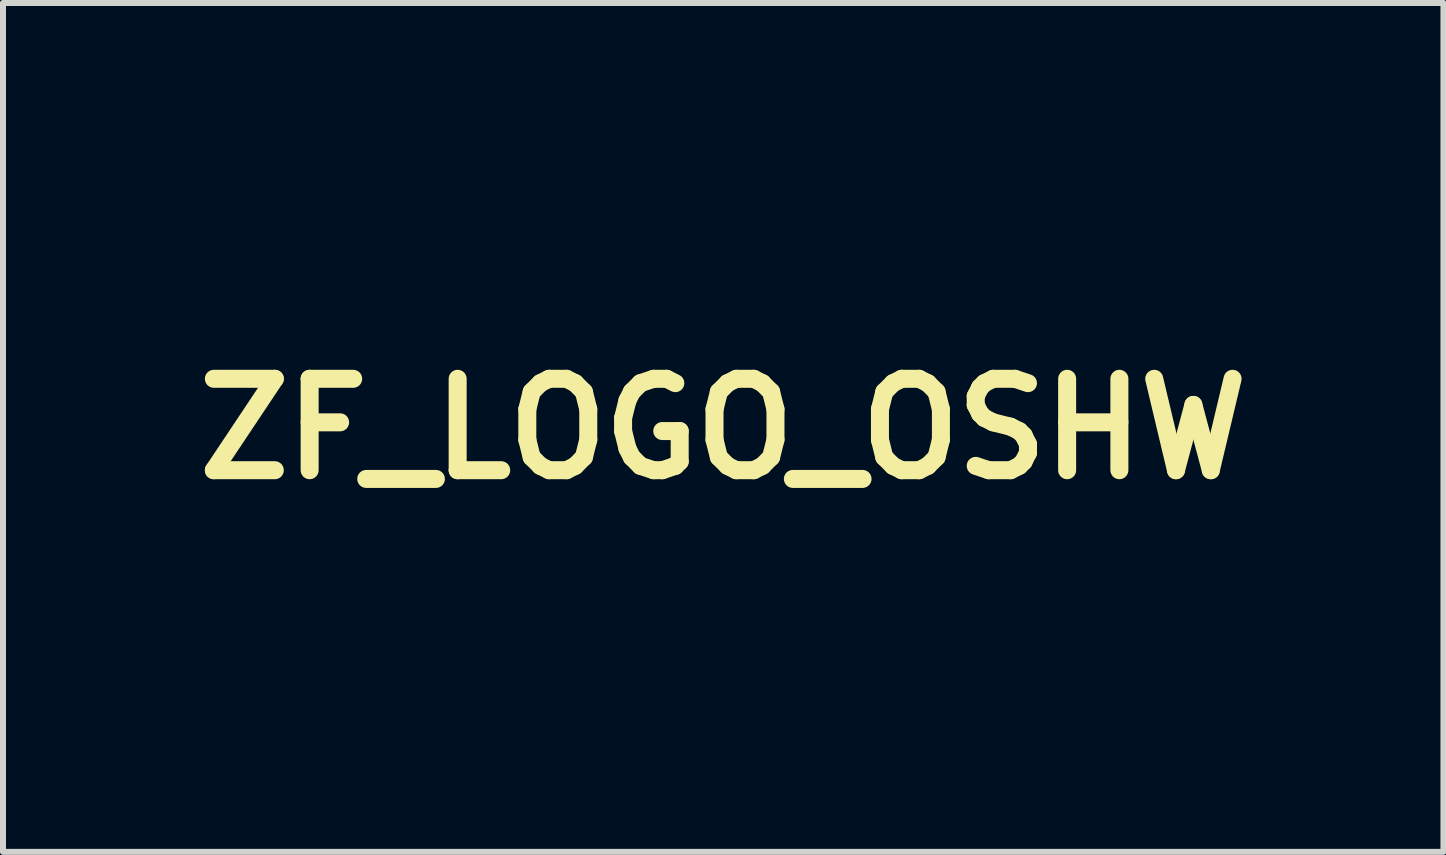
<source format=kicad_pcb>
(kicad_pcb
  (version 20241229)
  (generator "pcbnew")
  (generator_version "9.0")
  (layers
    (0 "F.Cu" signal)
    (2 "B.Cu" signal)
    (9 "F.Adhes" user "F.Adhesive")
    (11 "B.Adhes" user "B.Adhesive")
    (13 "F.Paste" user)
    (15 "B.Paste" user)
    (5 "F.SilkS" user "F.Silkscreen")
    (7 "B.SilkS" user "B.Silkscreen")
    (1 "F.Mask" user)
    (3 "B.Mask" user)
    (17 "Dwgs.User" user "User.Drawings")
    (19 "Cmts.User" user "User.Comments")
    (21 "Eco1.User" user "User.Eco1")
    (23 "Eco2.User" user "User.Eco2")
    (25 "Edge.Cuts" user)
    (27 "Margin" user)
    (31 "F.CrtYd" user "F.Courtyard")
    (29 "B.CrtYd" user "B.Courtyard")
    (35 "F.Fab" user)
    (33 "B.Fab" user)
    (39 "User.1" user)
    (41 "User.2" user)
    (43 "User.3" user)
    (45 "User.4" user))
  (footprint "ZF_LOGO_OSHW"
    (layer "F.Cu")
    (at 9.006 4.099)
    (property "Reference" "ZF_LOGO_OSHW" (at 0 0 0) (layer "F.SilkS") (effects (font (size 1.524 1.524) (thickness 0.3))))
    (attr smd)
    (fp_poly (pts (xy -1.352 3.211) (xy -1.318 3.23) (xy -1.317 3.233) (xy -1.297 3.249) (xy -1.253 3.233) (xy -1.166 3.207) (xy -1.074 3.21) (xy -1.006 3.238) (xy -0.976 3.264) (xy -0.976 3.293) (xy -1.004 3.339) (xy -1.042 3.384) (xy -1.088 3.398) (xy -1.141 3.393) (xy -1.206 3.387) (xy -1.252 3.396) (xy -1.283 3.426) (xy -1.302 3.485) (xy -1.314 3.581) (xy -1.322 3.719) (xy -1.322 3.73) (xy -1.335 4.03) (xy -1.417 4.038) (xy -1.5 4.046) (xy -1.5 3.204) (xy -1.413 3.204) (xy -1.352 3.211)) (stroke (width 0.01) (type solid)) (fill yes) (layer "F.Mask"))
    (fp_poly (pts (xy 2.086 1.94) (xy 2.11 1.966) (xy 2.11 1.972) (xy 2.115 1.997) (xy 2.138 1.991) (xy 2.167 1.972) (xy 2.245 1.941) (xy 2.34 1.934) (xy 2.426 1.953) (xy 2.455 1.968) (xy 2.486 1.995) (xy 2.486 2.019) (xy 2.453 2.059) (xy 2.443 2.07) (xy 2.388 2.116) (xy 2.331 2.125) (xy 2.299 2.121) (xy 2.226 2.119) (xy 2.17 2.153) (xy 2.164 2.159) (xy 2.14 2.187) (xy 2.124 2.224) (xy 2.115 2.279) (xy 2.111 2.363) (xy 2.11 2.487) (xy 2.11 2.492) (xy 2.11 2.771) (xy 1.932 2.771) (xy 1.932 1.932) (xy 2.021 1.932) (xy 2.086 1.94)) (stroke (width 0.01) (type solid)) (fill yes) (layer "F.Mask"))
    (fp_poly (pts (xy 1.885 3.213) (xy 1.907 3.24) (xy 1.907 3.24) (xy 1.913 3.263) (xy 1.94 3.258) (xy 1.977 3.24) (xy 2.074 3.209) (xy 2.174 3.209) (xy 2.252 3.24) (xy 2.283 3.266) (xy 2.283 3.291) (xy 2.249 3.331) (xy 2.241 3.339) (xy 2.183 3.385) (xy 2.118 3.393) (xy 2.101 3.39) (xy 2.016 3.395) (xy 1.97 3.416) (xy 1.948 3.438) (xy 1.933 3.471) (xy 1.923 3.525) (xy 1.916 3.61) (xy 1.911 3.735) (xy 1.911 3.748) (xy 1.903 4.043) (xy 1.833 4.043) (xy 1.775 4.037) (xy 1.746 4.026) (xy 1.74 3.996) (xy 1.735 3.924) (xy 1.731 3.819) (xy 1.729 3.691) (xy 1.729 3.606) (xy 1.729 3.204) (xy 1.818 3.204) (xy 1.885 3.213)) (stroke (width 0.01) (type solid)) (fill yes) (layer "F.Mask"))
    (fp_poly (pts (xy 1.297 2.212) (xy 1.298 2.338) (xy 1.302 2.424) (xy 1.311 2.48) (xy 1.326 2.516) (xy 1.348 2.543) (xy 1.403 2.581) (xy 1.449 2.593) (xy 1.505 2.576) (xy 1.551 2.543) (xy 1.574 2.514) (xy 1.588 2.476) (xy 1.597 2.419) (xy 1.601 2.33) (xy 1.602 2.212) (xy 1.602 1.932) (xy 1.781 1.932) (xy 1.774 2.345) (xy 1.767 2.759) (xy 1.684 2.767) (xy 1.625 2.766) (xy 1.603 2.744) (xy 1.602 2.734) (xy 1.597 2.709) (xy 1.573 2.71) (xy 1.527 2.733) (xy 1.411 2.768) (xy 1.296 2.752) (xy 1.284 2.747) (xy 1.229 2.713) (xy 1.182 2.67) (xy 1.161 2.641) (xy 1.146 2.603) (xy 1.136 2.545) (xy 1.129 2.46) (xy 1.125 2.336) (xy 1.123 2.273) (xy 1.115 1.932) (xy 1.297 1.932) (xy 1.297 2.212)) (stroke (width 0.01) (type solid)) (fill yes) (layer "F.Mask"))
    (fp_poly (pts (xy 2.934 1.947) (xy 3.026 1.99) (xy 3.092 2.04) (xy 3.115 2.079) (xy 3.096 2.116) (xy 3.063 2.143) (xy 3.014 2.173) (xy 2.977 2.171) (xy 2.944 2.15) (xy 2.857 2.114) (xy 2.775 2.122) (xy 2.706 2.17) (xy 2.66 2.251) (xy 2.644 2.352) (xy 2.662 2.459) (xy 2.71 2.538) (xy 2.78 2.583) (xy 2.862 2.589) (xy 2.944 2.554) (xy 2.988 2.529) (xy 3.025 2.536) (xy 3.063 2.56) (xy 3.108 2.602) (xy 3.111 2.639) (xy 3.071 2.683) (xy 3.046 2.703) (xy 2.946 2.749) (xy 2.828 2.764) (xy 2.711 2.746) (xy 2.67 2.728) (xy 2.564 2.649) (xy 2.497 2.541) (xy 2.468 2.401) (xy 2.466 2.354) (xy 2.48 2.209) (xy 2.513 2.112) (xy 2.589 2.019) (xy 2.694 1.959) (xy 2.813 1.934) (xy 2.934 1.947)) (stroke (width 0.01) (type solid)) (fill yes) (layer "F.Mask"))
    (fp_poly (pts (xy -1.068 1.949) (xy -0.972 2.005) (xy -0.935 2.043) (xy -0.916 2.074) (xy -0.904 2.118) (xy -0.896 2.186) (xy -0.892 2.285) (xy -0.89 2.426) (xy -0.89 2.436) (xy -0.89 2.775) (xy -0.973 2.767) (xy -1.055 2.759) (xy -1.062 2.48) (xy -1.07 2.331) (xy -1.084 2.227) (xy -1.108 2.16) (xy -1.143 2.123) (xy -1.194 2.111) (xy -1.205 2.111) (xy -1.257 2.115) (xy -1.293 2.133) (xy -1.317 2.172) (xy -1.332 2.24) (xy -1.342 2.345) (xy -1.348 2.459) (xy -1.36 2.759) (xy -1.443 2.767) (xy -1.511 2.762) (xy -1.539 2.74) (xy -1.543 2.704) (xy -1.546 2.626) (xy -1.547 2.517) (xy -1.546 2.388) (xy -1.545 2.325) (xy -1.538 1.945) (xy -1.467 1.937) (xy -1.402 1.94) (xy -1.36 1.958) (xy -1.314 1.973) (xy -1.275 1.96) (xy -1.174 1.932) (xy -1.068 1.949)) (stroke (width 0.01) (type solid)) (fill yes) (layer "F.Mask"))
    (fp_poly (pts (xy -3.474 1.941) (xy -3.368 1.98) (xy -3.282 2.055) (xy -3.268 2.075) (xy -3.228 2.171) (xy -3.209 2.295) (xy -3.212 2.426) (xy -3.237 2.545) (xy -3.248 2.572) (xy -3.319 2.678) (xy -3.418 2.745) (xy -3.534 2.769) (xy -3.66 2.749) (xy -3.712 2.727) (xy -3.79 2.668) (xy -3.846 2.593) (xy -3.877 2.493) (xy -3.889 2.367) (xy -3.887 2.323) (xy -3.71 2.323) (xy -3.707 2.371) (xy -3.685 2.489) (xy -3.643 2.564) (xy -3.582 2.595) (xy -3.506 2.579) (xy -3.465 2.555) (xy -3.416 2.493) (xy -3.39 2.403) (xy -3.388 2.303) (xy -3.41 2.209) (xy -3.449 2.148) (xy -3.515 2.114) (xy -3.593 2.12) (xy -3.664 2.164) (xy -3.694 2.203) (xy -3.709 2.25) (xy -3.71 2.323) (xy -3.887 2.323) (xy -3.882 2.238) (xy -3.856 2.128) (xy -3.853 2.123) (xy -3.789 2.028) (xy -3.697 1.966) (xy -3.588 1.936) (xy -3.474 1.941)) (stroke (width 0.01) (type solid)) (fill yes) (layer "F.Mask"))
    (fp_poly (pts (xy 0.778 1.957) (xy 0.879 2.013) (xy 0.899 2.032) (xy 0.94 2.076) (xy 0.964 2.12) (xy 0.978 2.179) (xy 0.985 2.267) (xy 0.988 2.31) (xy 0.986 2.459) (xy 0.963 2.57) (xy 0.915 2.653) (xy 0.838 2.718) (xy 0.831 2.722) (xy 0.727 2.76) (xy 0.61 2.767) (xy 0.521 2.747) (xy 0.469 2.714) (xy 0.412 2.663) (xy 0.409 2.66) (xy 0.356 2.571) (xy 0.326 2.453) (xy 0.32 2.354) (xy 0.509 2.354) (xy 0.511 2.446) (xy 0.522 2.503) (xy 0.545 2.538) (xy 0.565 2.554) (xy 0.646 2.59) (xy 0.719 2.577) (xy 0.763 2.543) (xy 0.796 2.494) (xy 0.811 2.422) (xy 0.814 2.352) (xy 0.799 2.233) (xy 0.757 2.153) (xy 0.69 2.114) (xy 0.657 2.11) (xy 0.584 2.127) (xy 0.536 2.179) (xy 0.513 2.272) (xy 0.509 2.354) (xy 0.32 2.354) (xy 0.318 2.321) (xy 0.335 2.191) (xy 0.376 2.081) (xy 0.377 2.079) (xy 0.451 1.998) (xy 0.551 1.95) (xy 0.664 1.936) (xy 0.778 1.957)) (stroke (width 0.01) (type solid)) (fill yes) (layer "F.Mask"))
    (fp_poly (pts (xy -0.311 3.452) (xy -0.318 4.03) (xy -0.4 4.038) (xy -0.461 4.036) (xy -0.483 4.014) (xy -0.483 4.008) (xy -0.489 3.984) (xy -0.515 3.987) (xy -0.553 4.006) (xy -0.669 4.039) (xy -0.789 4.023) (xy -0.807 4.016) (xy -0.858 3.98) (xy -0.91 3.92) (xy -0.916 3.91) (xy -0.942 3.862) (xy -0.956 3.809) (xy -0.963 3.737) (xy -0.962 3.632) (xy -0.962 3.629) (xy -0.788 3.629) (xy -0.774 3.74) (xy -0.734 3.819) (xy -0.676 3.86) (xy -0.604 3.86) (xy -0.548 3.83) (xy -0.513 3.783) (xy -0.494 3.696) (xy -0.491 3.659) (xy -0.493 3.531) (xy -0.523 3.445) (xy -0.581 3.397) (xy -0.627 3.387) (xy -0.705 3.398) (xy -0.757 3.452) (xy -0.784 3.549) (xy -0.788 3.629) (xy -0.962 3.629) (xy -0.961 3.589) (xy -0.957 3.477) (xy -0.95 3.404) (xy -0.937 3.355) (xy -0.914 3.32) (xy -0.877 3.284) (xy -0.87 3.278) (xy -0.774 3.22) (xy -0.669 3.203) (xy -0.569 3.226) (xy -0.54 3.243) (xy -0.483 3.283) (xy -0.483 2.873) (xy -0.304 2.873) (xy -0.311 3.452)) (stroke (width 0.01) (type solid)) (fill yes) (layer "F.Mask"))
    (fp_poly (pts (xy 0.071 1.96) (xy 0.129 1.984) (xy 0.23 2.036) (xy 0.185 2.099) (xy 0.137 2.144) (xy 0.089 2.145) (xy 0.033 2.133) (xy -0.048 2.121) (xy -0.082 2.117) (xy -0.16 2.113) (xy -0.201 2.124) (xy -0.22 2.15) (xy -0.217 2.199) (xy -0.171 2.238) (xy -0.093 2.26) (xy -0.045 2.263) (xy 0.078 2.282) (xy 0.169 2.334) (xy 0.226 2.412) (xy 0.241 2.51) (xy 0.218 2.605) (xy 0.157 2.689) (xy 0.062 2.744) (xy -0.06 2.769) (xy -0.197 2.761) (xy -0.267 2.744) (xy -0.346 2.709) (xy -0.406 2.671) (xy -0.47 2.622) (xy -0.41 2.559) (xy -0.351 2.496) (xy -0.271 2.544) (xy -0.187 2.58) (xy -0.102 2.594) (xy -0.026 2.586) (xy 0.028 2.559) (xy 0.048 2.515) (xy 0.047 2.503) (xy 0.026 2.472) (xy -0.028 2.447) (xy -0.115 2.427) (xy -0.225 2.404) (xy -0.296 2.382) (xy -0.34 2.355) (xy -0.368 2.317) (xy -0.382 2.287) (xy -0.403 2.181) (xy -0.382 2.081) (xy -0.324 2.001) (xy -0.297 1.982) (xy -0.188 1.942) (xy -0.059 1.934) (xy 0.071 1.96)) (stroke (width 0.01) (type solid)) (fill yes) (layer "F.Mask"))
    (fp_poly (pts (xy -1.877 1.958) (xy -1.838 1.975) (xy -1.755 2.04) (xy -1.692 2.14) (xy -1.658 2.261) (xy -1.653 2.32) (xy -1.653 2.415) (xy -1.907 2.415) (xy -2.037 2.418) (xy -2.12 2.428) (xy -2.16 2.447) (xy -2.162 2.478) (xy -2.129 2.523) (xy -2.11 2.543) (xy -2.036 2.584) (xy -1.945 2.59) (xy -1.855 2.561) (xy -1.847 2.555) (xy -1.803 2.532) (xy -1.77 2.541) (xy -1.733 2.576) (xy -1.697 2.619) (xy -1.695 2.647) (xy -1.722 2.676) (xy -1.83 2.741) (xy -1.957 2.768) (xy -2.088 2.754) (xy -2.158 2.728) (xy -2.24 2.661) (xy -2.299 2.559) (xy -2.332 2.435) (xy -2.336 2.3) (xy -2.324 2.243) (xy -2.161 2.243) (xy -2.138 2.254) (xy -2.078 2.261) (xy -2.009 2.263) (xy -1.923 2.261) (xy -1.876 2.252) (xy -1.858 2.233) (xy -1.856 2.217) (xy -1.877 2.158) (xy -1.93 2.12) (xy -1.999 2.107) (xy -2.068 2.123) (xy -2.122 2.167) (xy -2.151 2.216) (xy -2.161 2.243) (xy -2.324 2.243) (xy -2.308 2.166) (xy -2.29 2.118) (xy -2.219 2.016) (xy -2.121 1.953) (xy -2.005 1.933) (xy -1.877 1.958)) (stroke (width 0.01) (type solid)) (fill yes) (layer "F.Mask"))
    (fp_poly (pts (xy 3.614 1.958) (xy 3.65 1.973) (xy 3.734 2.029) (xy 3.79 2.109) (xy 3.822 2.223) (xy 3.83 2.274) (xy 3.846 2.415) (xy 3.588 2.415) (xy 3.458 2.418) (xy 3.374 2.427) (xy 3.332 2.446) (xy 3.329 2.476) (xy 3.361 2.521) (xy 3.382 2.543) (xy 3.455 2.584) (xy 3.547 2.59) (xy 3.636 2.561) (xy 3.645 2.555) (xy 3.689 2.532) (xy 3.722 2.541) (xy 3.759 2.576) (xy 3.795 2.619) (xy 3.797 2.647) (xy 3.77 2.676) (xy 3.662 2.741) (xy 3.535 2.768) (xy 3.404 2.754) (xy 3.334 2.728) (xy 3.252 2.661) (xy 3.193 2.559) (xy 3.16 2.435) (xy 3.156 2.3) (xy 3.168 2.243) (xy 3.331 2.243) (xy 3.354 2.254) (xy 3.414 2.261) (xy 3.483 2.263) (xy 3.569 2.261) (xy 3.616 2.252) (xy 3.634 2.233) (xy 3.636 2.217) (xy 3.615 2.158) (xy 3.562 2.12) (xy 3.493 2.107) (xy 3.424 2.123) (xy 3.37 2.167) (xy 3.341 2.216) (xy 3.331 2.243) (xy 3.168 2.243) (xy 3.184 2.166) (xy 3.202 2.118) (xy 3.273 2.016) (xy 3.371 1.953) (xy 3.487 1.933) (xy 3.614 1.958)) (stroke (width 0.01) (type solid)) (fill yes) (layer "F.Mask"))
    (fp_poly (pts (xy 2.779 3.245) (xy 2.874 3.319) (xy 2.936 3.429) (xy 2.958 3.519) (xy 2.965 3.595) (xy 2.964 3.65) (xy 2.96 3.664) (xy 2.93 3.674) (xy 2.862 3.681) (xy 2.766 3.686) (xy 2.706 3.687) (xy 2.58 3.69) (xy 2.501 3.7) (xy 2.465 3.721) (xy 2.468 3.754) (xy 2.506 3.803) (xy 2.517 3.814) (xy 2.592 3.856) (xy 2.682 3.86) (xy 2.763 3.827) (xy 2.804 3.805) (xy 2.841 3.812) (xy 2.884 3.842) (xy 2.927 3.883) (xy 2.933 3.913) (xy 2.919 3.935) (xy 2.837 3.997) (xy 2.727 4.032) (xy 2.606 4.036) (xy 2.489 4.008) (xy 2.466 3.998) (xy 2.373 3.924) (xy 2.314 3.813) (xy 2.289 3.665) (xy 2.288 3.629) (xy 2.304 3.474) (xy 2.469 3.474) (xy 2.471 3.508) (xy 2.519 3.528) (xy 2.614 3.534) (xy 2.619 3.534) (xy 2.709 3.531) (xy 2.757 3.52) (xy 2.771 3.499) (xy 2.771 3.498) (xy 2.75 3.438) (xy 2.695 3.399) (xy 2.624 3.384) (xy 2.551 3.399) (xy 2.513 3.424) (xy 2.469 3.474) (xy 2.304 3.474) (xy 2.305 3.468) (xy 2.353 3.345) (xy 2.432 3.26) (xy 2.541 3.216) (xy 2.655 3.212) (xy 2.779 3.245)) (stroke (width 0.01) (type solid)) (fill yes) (layer "F.Mask"))
    (fp_poly (pts (xy 1.341 3.214) (xy 1.433 3.239) (xy 1.489 3.27) (xy 1.529 3.315) (xy 1.554 3.382) (xy 1.568 3.477) (xy 1.572 3.611) (xy 1.571 3.726) (xy 1.567 3.854) (xy 1.563 3.941) (xy 1.556 3.993) (xy 1.544 4.022) (xy 1.526 4.034) (xy 1.505 4.038) (xy 1.446 4.035) (xy 1.416 4.022) (xy 1.369 4.011) (xy 1.335 4.019) (xy 1.24 4.038) (xy 1.131 4.032) (xy 1.068 4.014) (xy 0.984 3.957) (xy 0.931 3.87) (xy 0.917 3.788) (xy 1.094 3.788) (xy 1.108 3.835) (xy 1.125 3.848) (xy 1.188 3.861) (xy 1.266 3.861) (xy 1.335 3.85) (xy 1.368 3.834) (xy 1.393 3.785) (xy 1.398 3.745) (xy 1.393 3.709) (xy 1.366 3.692) (xy 1.306 3.687) (xy 1.286 3.687) (xy 1.207 3.69) (xy 1.146 3.699) (xy 1.134 3.702) (xy 1.103 3.736) (xy 1.094 3.788) (xy 0.917 3.788) (xy 0.914 3.768) (xy 0.938 3.667) (xy 0.943 3.657) (xy 0.999 3.601) (xy 1.093 3.559) (xy 1.212 3.537) (xy 1.272 3.534) (xy 1.348 3.533) (xy 1.385 3.523) (xy 1.396 3.499) (xy 1.394 3.464) (xy 1.384 3.422) (xy 1.359 3.4) (xy 1.304 3.39) (xy 1.261 3.386) (xy 1.184 3.387) (xy 1.127 3.396) (xy 1.112 3.404) (xy 1.075 3.41) (xy 1.025 3.389) (xy 0.982 3.353) (xy 0.966 3.316) (xy 0.989 3.272) (xy 1.05 3.237) (xy 1.138 3.215) (xy 1.239 3.206) (xy 1.341 3.214)) (stroke (width 0.01) (type solid)) (fill yes) (layer "F.Mask"))
    (fp_poly (pts (xy -1.926 3.21) (xy -1.824 3.239) (xy -1.742 3.286) (xy -1.695 3.349) (xy -1.69 3.362) (xy -1.685 3.409) (xy -1.682 3.495) (xy -1.682 3.607) (xy -1.683 3.725) (xy -1.687 3.854) (xy -1.691 3.94) (xy -1.698 3.993) (xy -1.71 4.022) (xy -1.728 4.034) (xy -1.749 4.038) (xy -1.809 4.034) (xy -1.839 4.021) (xy -1.888 4.009) (xy -1.908 4.018) (xy -1.967 4.036) (xy -2.051 4.04) (xy -2.136 4.03) (xy -2.177 4.018) (xy -2.244 3.971) (xy -2.303 3.899) (xy -2.336 3.822) (xy -2.339 3.795) (xy -2.332 3.766) (xy -2.16 3.766) (xy -2.146 3.817) (xy -2.131 3.834) (xy -2.082 3.856) (xy -2.008 3.864) (xy -1.93 3.858) (xy -1.896 3.849) (xy -1.865 3.813) (xy -1.856 3.76) (xy -1.86 3.713) (xy -1.882 3.692) (xy -1.937 3.687) (xy -1.959 3.687) (xy -2.061 3.697) (xy -2.13 3.725) (xy -2.16 3.766) (xy -2.332 3.766) (xy -2.318 3.703) (xy -2.263 3.619) (xy -2.188 3.564) (xy -2.178 3.56) (xy -2.106 3.544) (xy -2.014 3.535) (xy -1.978 3.534) (xy -1.903 3.532) (xy -1.868 3.523) (xy -1.858 3.497) (xy -1.861 3.464) (xy -1.871 3.42) (xy -1.9 3.398) (xy -1.961 3.388) (xy -1.979 3.386) (xy -2.055 3.388) (xy -2.113 3.401) (xy -2.124 3.408) (xy -2.161 3.421) (xy -2.21 3.399) (xy -2.223 3.39) (xy -2.273 3.348) (xy -2.281 3.316) (xy -2.247 3.277) (xy -2.221 3.256) (xy -2.138 3.216) (xy -2.035 3.201) (xy -1.926 3.21)) (stroke (width 0.01) (type solid)) (fill yes) (layer "F.Mask"))
    (fp_poly (pts (xy -0.104 3.206) (xy -0.075 3.217) (xy -0.051 3.244) (xy -0.029 3.294) (xy -0.003 3.375) (xy 0.028 3.494) (xy 0.052 3.591) (xy 0.073 3.661) (xy 0.091 3.704) (xy 0.098 3.712) (xy 0.112 3.689) (xy 0.137 3.627) (xy 0.168 3.538) (xy 0.191 3.464) (xy 0.228 3.351) (xy 0.255 3.278) (xy 0.279 3.236) (xy 0.304 3.216) (xy 0.336 3.208) (xy 0.366 3.208) (xy 0.39 3.219) (xy 0.412 3.251) (xy 0.438 3.312) (xy 0.471 3.411) (xy 0.486 3.455) (xy 0.521 3.558) (xy 0.552 3.639) (xy 0.574 3.688) (xy 0.584 3.697) (xy 0.596 3.669) (xy 0.617 3.602) (xy 0.645 3.509) (xy 0.661 3.45) (xy 0.725 3.216) (xy 0.822 3.208) (xy 0.885 3.206) (xy 0.908 3.217) (xy 0.905 3.249) (xy 0.902 3.259) (xy 0.854 3.418) (xy 0.806 3.573) (xy 0.76 3.716) (xy 0.719 3.84) (xy 0.685 3.936) (xy 0.661 3.997) (xy 0.653 4.012) (xy 0.61 4.035) (xy 0.564 4.038) (xy 0.534 4.03) (xy 0.51 4.008) (xy 0.487 3.964) (xy 0.46 3.889) (xy 0.426 3.774) (xy 0.424 3.768) (xy 0.389 3.659) (xy 0.36 3.581) (xy 0.338 3.541) (xy 0.329 3.539) (xy 0.314 3.578) (xy 0.29 3.652) (xy 0.262 3.747) (xy 0.254 3.776) (xy 0.219 3.895) (xy 0.19 3.972) (xy 0.161 4.017) (xy 0.127 4.038) (xy 0.085 4.043) (xy 0.034 4.031) (xy 0.013 4.011) (xy -0.006 3.956) (xy -0.034 3.869) (xy -0.068 3.761) (xy -0.105 3.641) (xy -0.142 3.52) (xy -0.176 3.408) (xy -0.204 3.314) (xy -0.223 3.25) (xy -0.229 3.224) (xy -0.206 3.211) (xy -0.152 3.204) (xy -0.142 3.204) (xy -0.104 3.206)) (stroke (width 0.01) (type solid)) (fill yes) (layer "F.Mask"))
    (fp_poly (pts (xy -2.625 1.946) (xy -2.535 1.994) (xy -2.477 2.063) (xy -2.455 2.139) (xy -2.443 2.26) (xy -2.441 2.366) (xy -2.441 2.476) (xy -2.446 2.549) (xy -2.458 2.597) (xy -2.481 2.636) (xy -2.519 2.677) (xy -2.53 2.688) (xy -2.591 2.742) (xy -2.641 2.766) (xy -2.702 2.767) (xy -2.714 2.765) (xy -2.79 2.753) (xy -2.849 2.737) (xy -2.854 2.735) (xy -2.874 2.73) (xy -2.887 2.742) (xy -2.894 2.779) (xy -2.898 2.849) (xy -2.898 2.96) (xy -2.898 2.987) (xy -2.898 3.108) (xy -2.895 3.185) (xy -2.888 3.228) (xy -2.877 3.245) (xy -2.858 3.243) (xy -2.854 3.241) (xy -2.725 3.207) (xy -2.612 3.221) (xy -2.516 3.284) (xy -2.502 3.297) (xy -2.477 3.327) (xy -2.46 3.359) (xy -2.45 3.402) (xy -2.444 3.468) (xy -2.441 3.564) (xy -2.441 3.702) (xy -2.441 4.046) (xy -2.523 4.038) (xy -2.606 4.03) (xy -2.613 3.751) (xy -2.621 3.603) (xy -2.635 3.498) (xy -2.658 3.431) (xy -2.694 3.395) (xy -2.745 3.382) (xy -2.756 3.382) (xy -2.808 3.386) (xy -2.844 3.404) (xy -2.868 3.443) (xy -2.883 3.512) (xy -2.893 3.616) (xy -2.898 3.73) (xy -2.911 4.03) (xy -2.994 4.038) (xy -3.061 4.034) (xy -3.09 4.012) (xy -3.092 3.98) (xy -3.094 3.903) (xy -3.096 3.786) (xy -3.097 3.635) (xy -3.097 3.456) (xy -3.097 3.254) (xy -3.096 3.035) (xy -3.096 2.962) (xy -3.092 2.386) (xy -2.899 2.386) (xy -2.887 2.475) (xy -2.862 2.539) (xy -2.856 2.547) (xy -2.79 2.588) (xy -2.715 2.583) (xy -2.665 2.551) (xy -2.635 2.496) (xy -2.619 2.411) (xy -2.617 2.315) (xy -2.63 2.225) (xy -2.657 2.161) (xy -2.661 2.157) (xy -2.727 2.117) (xy -2.803 2.117) (xy -2.859 2.15) (xy -2.885 2.204) (xy -2.898 2.289) (xy -2.899 2.386) (xy -3.092 2.386) (xy -3.089 1.945) (xy -3.018 1.937) (xy -2.953 1.94) (xy -2.911 1.958) (xy -2.865 1.973) (xy -2.826 1.96) (xy -2.728 1.933) (xy -2.625 1.946)) (stroke (width 0.01) (type solid)) (fill yes) (layer "F.Mask"))
    (fp_poly (pts (xy 0.047 -4.093) (xy 0.167 -4.088) (xy 0.269 -4.081) (xy 0.342 -4.073) (xy 0.376 -4.062) (xy 0.376 -4.062) (xy 0.389 -4.026) (xy 0.409 -3.951) (xy 0.434 -3.845) (xy 0.459 -3.718) (xy 0.47 -3.661) (xy 0.496 -3.529) (xy 0.522 -3.414) (xy 0.545 -3.325) (xy 0.562 -3.273) (xy 0.568 -3.265) (xy 0.601 -3.242) (xy 0.666 -3.21) (xy 0.767 -3.167) (xy 0.91 -3.109) (xy 0.982 -3.08) (xy 1.112 -3.029) (xy 1.439 -3.256) (xy 1.553 -3.334) (xy 1.653 -3.4) (xy 1.731 -3.45) (xy 1.78 -3.479) (xy 1.792 -3.483) (xy 1.821 -3.466) (xy 1.876 -3.419) (xy 1.95 -3.349) (xy 2.035 -3.266) (xy 2.124 -3.176) (xy 2.209 -3.087) (xy 2.282 -3.008) (xy 2.336 -2.945) (xy 2.363 -2.907) (xy 2.365 -2.902) (xy 2.351 -2.87) (xy 2.313 -2.805) (xy 2.256 -2.714) (xy 2.184 -2.607) (xy 2.148 -2.555) (xy 2.073 -2.444) (xy 2.009 -2.349) (xy 1.962 -2.277) (xy 1.936 -2.235) (xy 1.932 -2.228) (xy 1.942 -2.195) (xy 1.969 -2.128) (xy 2.006 -2.038) (xy 2.05 -1.938) (xy 2.096 -1.838) (xy 2.137 -1.749) (xy 2.17 -1.683) (xy 2.189 -1.652) (xy 2.19 -1.651) (xy 2.224 -1.64) (xy 2.296 -1.624) (xy 2.395 -1.605) (xy 2.474 -1.591) (xy 2.598 -1.569) (xy 2.719 -1.547) (xy 2.817 -1.529) (xy 2.854 -1.521) (xy 2.975 -1.496) (xy 2.975 -1.08) (xy 2.974 -0.925) (xy 2.972 -0.813) (xy 2.968 -0.737) (xy 2.961 -0.69) (xy 2.95 -0.665) (xy 2.935 -0.653) (xy 2.93 -0.652) (xy 2.886 -0.641) (xy 2.806 -0.625) (xy 2.705 -0.606) (xy 2.657 -0.597) (xy 2.538 -0.575) (xy 2.422 -0.553) (xy 2.329 -0.535) (xy 2.309 -0.53) (xy 2.19 -0.505) (xy 2.069 -0.201) (xy 1.948 0.103) (xy 2.156 0.406) (xy 2.231 0.516) (xy 2.293 0.614) (xy 2.339 0.689) (xy 2.362 0.735) (xy 2.365 0.743) (xy 2.347 0.772) (xy 2.301 0.827) (xy 2.232 0.902) (xy 2.15 0.989) (xy 2.061 1.079) (xy 1.973 1.165) (xy 1.895 1.239) (xy 1.833 1.293) (xy 1.795 1.32) (xy 1.79 1.322) (xy 1.76 1.308) (xy 1.697 1.271) (xy 1.609 1.214) (xy 1.503 1.145) (xy 1.46 1.115) (xy 1.157 0.908) (xy 1.008 0.99) (xy 0.93 1.029) (xy 0.869 1.051) (xy 0.839 1.051) (xy 0.824 1.023) (xy 0.793 0.954) (xy 0.748 0.85) (xy 0.691 0.718) (xy 0.626 0.565) (xy 0.555 0.395) (xy 0.55 0.381) (xy 0.281 -0.267) (xy 0.337 -0.312) (xy 0.465 -0.418) (xy 0.559 -0.505) (xy 0.628 -0.582) (xy 0.681 -0.657) (xy 0.699 -0.689) (xy 0.736 -0.759) (xy 0.758 -0.82) (xy 0.77 -0.888) (xy 0.775 -0.98) (xy 0.775 -1.068) (xy 0.768 -1.237) (xy 0.74 -1.371) (xy 0.687 -1.486) (xy 0.604 -1.597) (xy 0.556 -1.647) (xy 0.398 -1.776) (xy 0.227 -1.856) (xy 0.036 -1.891) (xy -0.025 -1.893) (xy -0.233 -1.869) (xy -0.418 -1.801) (xy -0.577 -1.69) (xy -0.706 -1.538) (xy -0.766 -1.434) (xy -0.831 -1.245) (xy -0.849 -1.045) (xy -0.818 -0.843) (xy -0.804 -0.795) (xy -0.747 -0.677) (xy -0.658 -0.553) (xy -0.553 -0.44) (xy -0.444 -0.355) (xy -0.388 -0.313) (xy -0.358 -0.274) (xy -0.356 -0.265) (xy -0.365 -0.234) (xy -0.391 -0.163) (xy -0.431 -0.06) (xy -0.481 0.067) (xy -0.538 0.21) (xy -0.599 0.363) (xy -0.662 0.517) (xy -0.723 0.665) (xy -0.779 0.799) (xy -0.827 0.912) (xy -0.864 0.996) (xy -0.886 1.043) (xy -0.891 1.051) (xy -0.921 1.051) (xy -0.982 1.03) (xy -1.062 0.994) (xy -1.066 0.993) (xy -1.222 0.914) (xy -1.521 1.118) (xy -1.631 1.191) (xy -1.728 1.252) (xy -1.804 1.296) (xy -1.85 1.317) (xy -1.857 1.318) (xy -1.887 1.3) (xy -1.945 1.25) (xy -2.023 1.178) (xy -2.115 1.088) (xy -2.157 1.045) (xy -2.25 0.949) (xy -2.331 0.866) (xy -2.392 0.802) (xy -2.427 0.765) (xy -2.432 0.759) (xy -2.423 0.733) (xy -2.389 0.673) (xy -2.335 0.588) (xy -2.266 0.483) (xy -2.226 0.424) (xy -2.007 0.105) (xy -2.126 -0.195) (xy -2.172 -0.309) (xy -2.21 -0.404) (xy -2.237 -0.472) (xy -2.251 -0.502) (xy -2.251 -0.503) (xy -2.276 -0.51) (xy -2.343 -0.524) (xy -2.443 -0.544) (xy -2.565 -0.568) (xy -2.635 -0.581) (xy -3.013 -0.652) (xy -3.016 -0.86) (xy -2.845 -0.86) (xy -2.843 -0.804) (xy -2.841 -0.788) (xy -2.814 -0.784) (xy -2.747 -0.771) (xy -2.65 -0.753) (xy -2.53 -0.73) (xy -2.505 -0.725) (xy -2.339 -0.69) (xy -2.22 -0.658) (xy -2.148 -0.629) (xy -2.132 -0.617) (xy -2.101 -0.57) (xy -2.059 -0.487) (xy -2.012 -0.38) (xy -1.964 -0.26) (xy -1.918 -0.137) (xy -1.879 -0.023) (xy -1.852 0.072) (xy -1.839 0.137) (xy -1.839 0.152) (xy -1.858 0.198) (xy -1.901 0.274) (xy -1.96 0.371) (xy -2.03 0.478) (xy -2.033 0.483) (xy -2.213 0.748) (xy -2.028 0.934) (xy -1.949 1.01) (xy -1.88 1.069) (xy -1.832 1.103) (xy -1.814 1.108) (xy -1.783 1.09) (xy -1.719 1.049) (xy -1.633 0.991) (xy -1.544 0.93) (xy -1.415 0.845) (xy -1.315 0.791) (xy -1.234 0.766) (xy -1.163 0.766) (xy -1.091 0.789) (xy -1.068 0.801) (xy -1.014 0.821) (xy -0.982 0.818) (xy -0.981 0.816) (xy -0.967 0.787) (xy -0.937 0.718) (xy -0.895 0.616) (xy -0.842 0.49) (xy -0.782 0.346) (xy -0.765 0.304) (xy -0.563 -0.185) (xy -0.7 -0.311) (xy -0.844 -0.474) (xy -0.95 -0.661) (xy -1.014 -0.864) (xy -1.034 -1.073) (xy -1.017 -1.237) (xy -0.949 -1.451) (xy -0.844 -1.638) (xy -0.705 -1.795) (xy -0.539 -1.919) (xy -0.353 -2.006) (xy -0.151 -2.052) (xy 0.061 -2.055) (xy 0.274 -2.01) (xy 0.481 -1.919) (xy 0.656 -1.79) (xy 0.796 -1.628) (xy 0.896 -1.439) (xy 0.955 -1.228) (xy 0.969 -1.049) (xy 0.944 -0.822) (xy 0.872 -0.613) (xy 0.756 -0.426) (xy 0.618 -0.283) (xy 0.504 -0.186) (xy 0.713 0.32) (xy 0.775 0.469) (xy 0.83 0.602) (xy 0.875 0.711) (xy 0.909 0.789) (xy 0.927 0.83) (xy 0.929 0.835) (xy 0.954 0.83) (xy 1.005 0.807) (xy 1.013 0.803) (xy 1.08 0.774) (xy 1.144 0.765) (xy 1.213 0.777) (xy 1.296 0.813) (xy 1.404 0.876) (xy 1.51 0.946) (xy 1.782 1.129) (xy 1.97 0.939) (xy 2.159 0.75) (xy 1.969 0.472) (xy 1.875 0.327) (xy 1.813 0.217) (xy 1.783 0.142) (xy 1.78 0.122) (xy 1.79 0.064) (xy 1.818 -0.029) (xy 1.858 -0.142) (xy 1.906 -0.265) (xy 1.956 -0.386) (xy 2.005 -0.491) (xy 2.046 -0.57) (xy 2.07 -0.604) (xy 2.106 -0.632) (xy 2.162 -0.657) (xy 2.247 -0.681) (xy 2.369 -0.708) (xy 2.454 -0.725) (xy 2.576 -0.749) (xy 2.679 -0.768) (xy 2.752 -0.782) (xy 2.788 -0.788) (xy 2.789 -0.788) (xy 2.792 -0.812) (xy 2.795 -0.876) (xy 2.796 -0.97) (xy 2.797 -1.053) (xy 2.796 -1.174) (xy 2.792 -1.253) (xy 2.783 -1.3) (xy 2.769 -1.324) (xy 2.752 -1.332) (xy 2.711 -1.342) (xy 2.631 -1.358) (xy 2.524 -1.379) (xy 2.409 -1.4) (xy 2.268 -1.428) (xy 2.168 -1.454) (xy 2.102 -1.479) (xy 2.06 -1.507) (xy 2.056 -1.511) (xy 2.023 -1.56) (xy 1.978 -1.644) (xy 1.927 -1.751) (xy 1.875 -1.87) (xy 1.826 -1.988) (xy 1.787 -2.094) (xy 1.762 -2.176) (xy 1.755 -2.214) (xy 1.77 -2.266) (xy 1.815 -2.353) (xy 1.887 -2.47) (xy 1.956 -2.573) (xy 2.157 -2.866) (xy 1.974 -3.047) (xy 1.896 -3.124) (xy 1.83 -3.184) (xy 1.785 -3.221) (xy 1.772 -3.229) (xy 1.744 -3.216) (xy 1.684 -3.179) (xy 1.598 -3.123) (xy 1.495 -3.055) (xy 1.47 -3.038) (xy 1.337 -2.951) (xy 1.237 -2.893) (xy 1.164 -2.86) (xy 1.11 -2.848) (xy 1.105 -2.848) (xy 1.04 -2.858) (xy 0.944 -2.888) (xy 0.829 -2.93) (xy 0.708 -2.979) (xy 0.593 -3.032) (xy 0.497 -3.081) (xy 0.432 -3.123) (xy 0.417 -3.137) (xy 0.391 -3.18) (xy 0.365 -3.253) (xy 0.338 -3.362) (xy 0.309 -3.513) (xy 0.304 -3.543) (xy 0.243 -3.89) (xy -0.031 -3.89) (xy -0.142 -3.888) (xy -0.232 -3.883) (xy -0.289 -3.875) (xy -0.305 -3.868) (xy -0.31 -3.836) (xy -0.322 -3.764) (xy -0.34 -3.662) (xy -0.363 -3.539) (xy -0.369 -3.506) (xy -0.403 -3.34) (xy -0.435 -3.219) (xy -0.463 -3.143) (xy -0.477 -3.122) (xy -0.527 -3.089) (xy -0.612 -3.045) (xy -0.721 -2.996) (xy -0.84 -2.947) (xy -0.959 -2.903) (xy -1.063 -2.869) (xy -1.14 -2.85) (xy -1.163 -2.848) (xy -1.213 -2.855) (xy -1.275 -2.88) (xy -1.357 -2.926) (xy -1.467 -2.997) (xy -1.527 -3.038) (xy -1.631 -3.109) (xy -1.72 -3.168) (xy -1.787 -3.21) (xy -1.821 -3.228) (xy -1.824 -3.229) (xy -1.849 -3.212) (xy -1.902 -3.166) (xy -1.972 -3.099) (xy -2.026 -3.045) (xy -2.208 -2.86) (xy -2.007 -2.561) (xy -1.934 -2.449) (xy -1.873 -2.349) (xy -1.829 -2.27) (xy -1.807 -2.221) (xy -1.805 -2.213) (xy -1.816 -2.164) (xy -1.845 -2.081) (xy -1.887 -1.975) (xy -1.937 -1.858) (xy -1.99 -1.742) (xy -2.041 -1.638) (xy -2.085 -1.557) (xy -2.116 -1.51) (xy -2.118 -1.508) (xy -2.156 -1.481) (xy -2.218 -1.456) (xy -2.312 -1.431) (xy -2.444 -1.404) (xy -2.504 -1.392) (xy -2.835 -1.332) (xy -2.842 -1.06) (xy -2.844 -0.949) (xy -2.845 -0.86) (xy -3.016 -0.86) (xy -3.027 -1.496) (xy -2.905 -1.521) (xy -2.826 -1.536) (xy -2.715 -1.557) (xy -2.591 -1.58) (xy -2.53 -1.59) (xy -2.42 -1.612) (xy -2.327 -1.634) (xy -2.264 -1.654) (xy -2.246 -1.663) (xy -2.223 -1.698) (xy -2.187 -1.767) (xy -2.144 -1.859) (xy -2.099 -1.96) (xy -2.057 -2.059) (xy -2.023 -2.144) (xy -2.004 -2.2) (xy -2.002 -2.212) (xy -2.015 -2.245) (xy -2.052 -2.312) (xy -2.109 -2.404) (xy -2.18 -2.513) (xy -2.223 -2.577) (xy -2.448 -2.903) (xy -2.159 -3.193) (xy -2.06 -3.291) (xy -1.973 -3.375) (xy -1.904 -3.439) (xy -1.86 -3.476) (xy -1.848 -3.483) (xy -1.821 -3.47) (xy -1.76 -3.432) (xy -1.672 -3.375) (xy -1.567 -3.304) (xy -1.506 -3.262) (xy -1.392 -3.186) (xy -1.291 -3.121) (xy -1.21 -3.074) (xy -1.158 -3.048) (xy -1.146 -3.045) (xy -1.096 -3.058) (xy -1.018 -3.086) (xy -0.923 -3.125) (xy -0.822 -3.169) (xy -0.729 -3.213) (xy -0.654 -3.251) (xy -0.611 -3.278) (xy -0.605 -3.284) (xy -0.595 -3.32) (xy -0.577 -3.397) (xy -0.555 -3.503) (xy -0.531 -3.63) (xy -0.52 -3.687) (xy -0.495 -3.818) (xy -0.469 -3.931) (xy -0.447 -4.017) (xy -0.429 -4.066) (xy -0.424 -4.074) (xy -0.383 -4.084) (xy -0.305 -4.09) (xy -0.2 -4.094) (xy -0.079 -4.094) (xy 0.047 -4.093)) (stroke (width 0.01) (type solid)) (fill yes) (layer "F.Mask")))
  (gr_rect
    (start -3 -3)
    (end 21.012 11.15)
    (stroke (width 0.1) (type default))
    (fill no)
    (layer "Edge.Cuts")))
</source>
